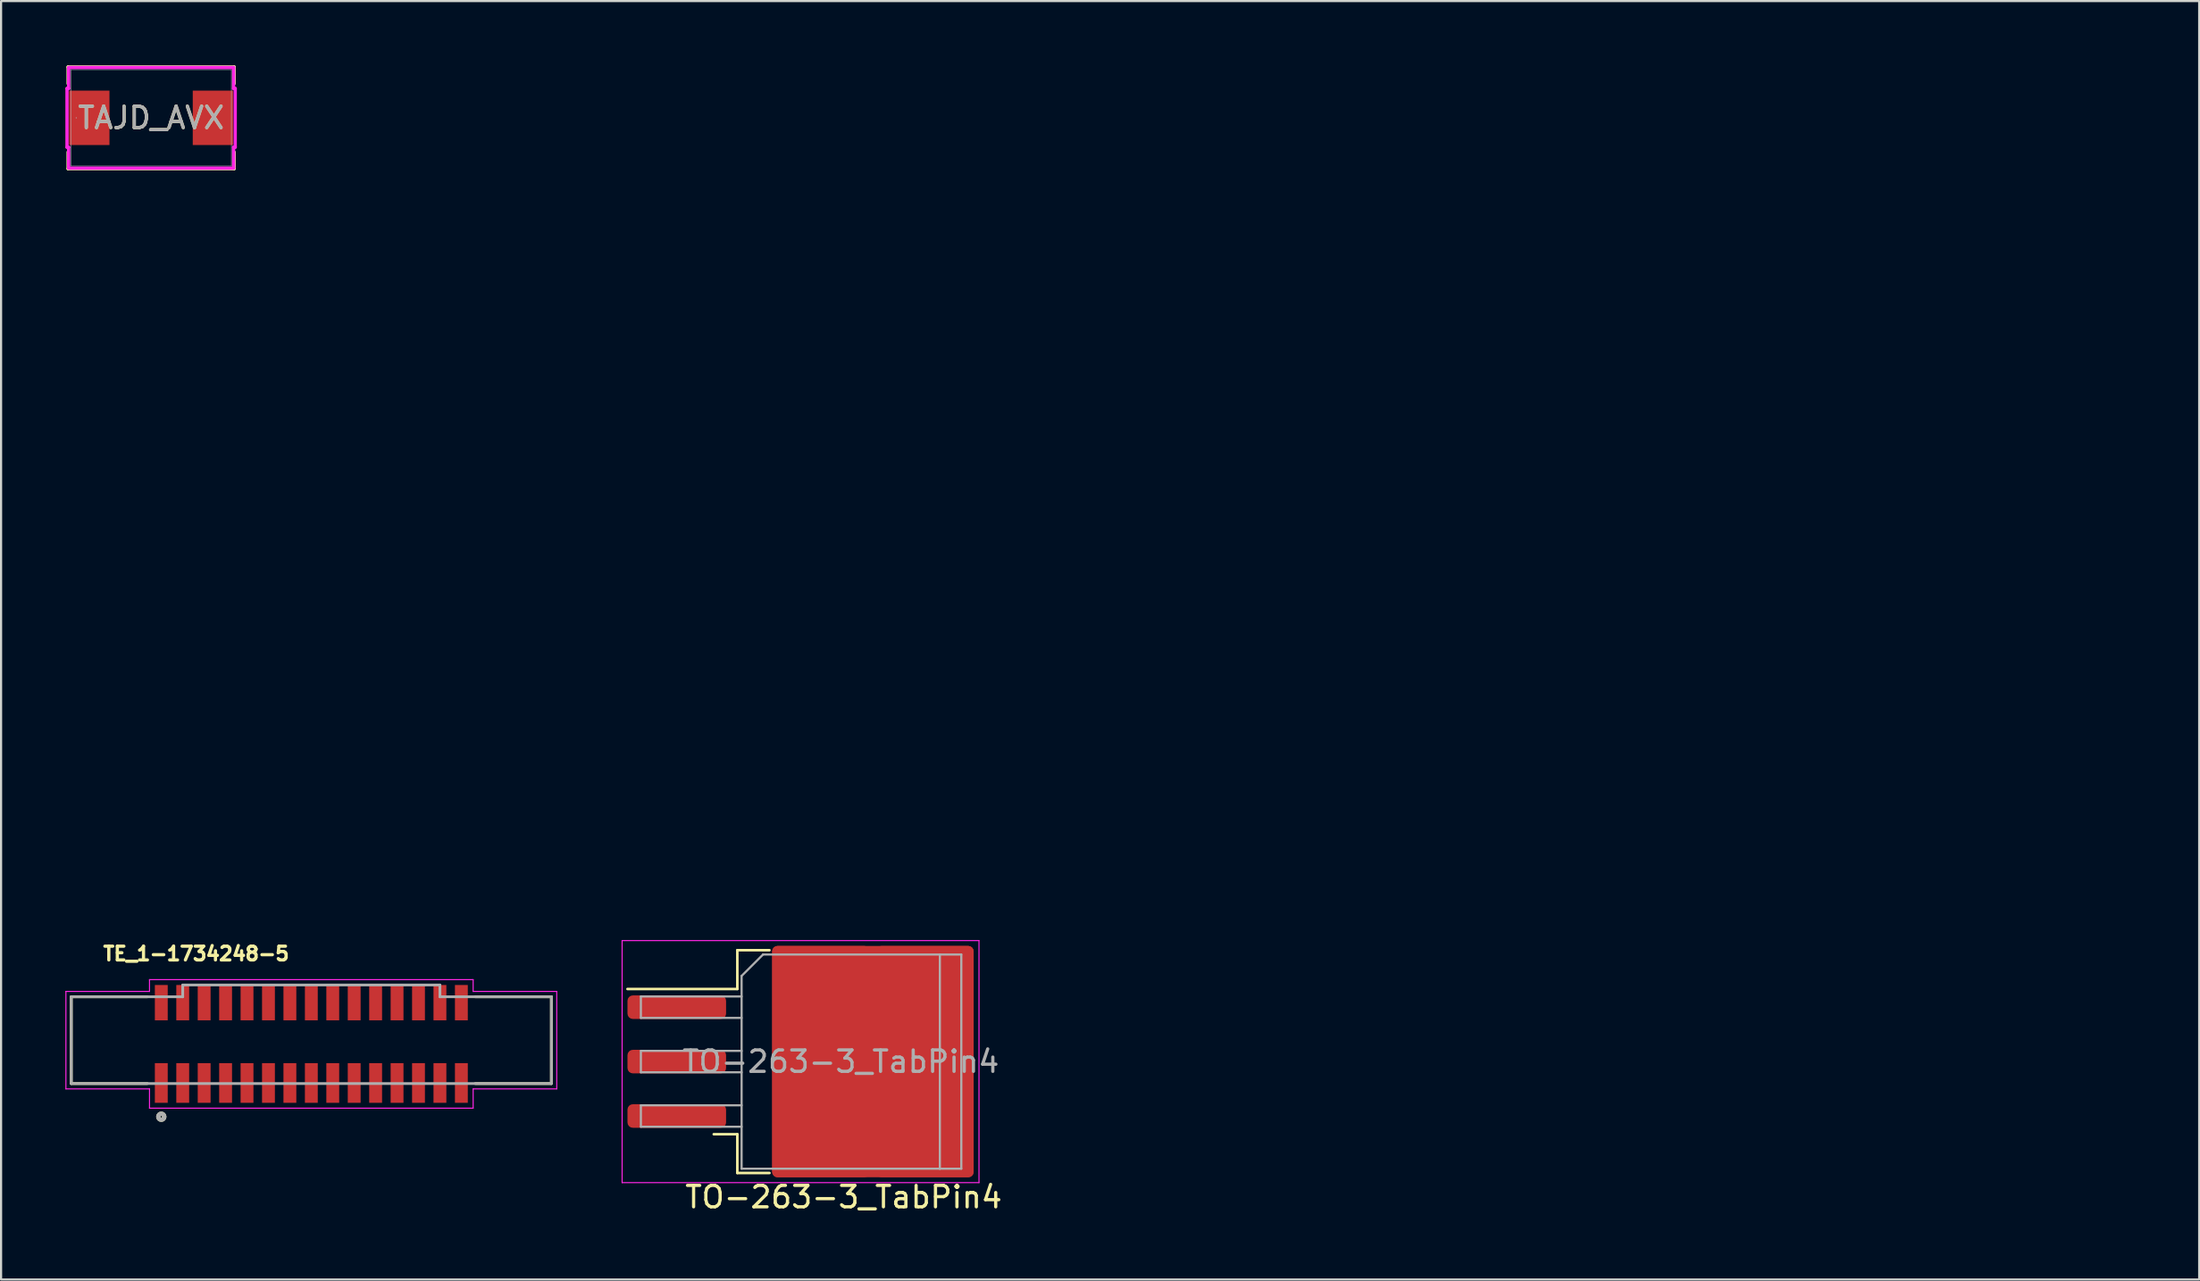
<source format=kicad_pcb>
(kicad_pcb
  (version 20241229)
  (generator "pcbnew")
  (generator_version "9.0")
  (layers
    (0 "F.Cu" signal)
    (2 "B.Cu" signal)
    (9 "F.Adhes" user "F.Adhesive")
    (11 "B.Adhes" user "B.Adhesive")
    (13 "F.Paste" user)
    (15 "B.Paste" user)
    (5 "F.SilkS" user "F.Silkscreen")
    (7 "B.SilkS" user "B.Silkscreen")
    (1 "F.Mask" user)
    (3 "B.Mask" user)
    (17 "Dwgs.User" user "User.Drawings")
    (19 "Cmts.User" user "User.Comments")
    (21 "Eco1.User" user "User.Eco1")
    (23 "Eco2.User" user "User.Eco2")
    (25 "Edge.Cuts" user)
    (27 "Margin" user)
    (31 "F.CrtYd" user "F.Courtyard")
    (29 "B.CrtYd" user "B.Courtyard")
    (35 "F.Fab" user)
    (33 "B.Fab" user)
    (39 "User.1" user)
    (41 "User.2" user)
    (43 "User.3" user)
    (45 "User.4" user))
  (footprint "TAJD_AVX"
    (layer "F.Cu")
    (at 4 2.451)
    (property "Reference" "TAJD_AVX" (at 0 0 0) (unlocked yes) (layer "F.SilkS") (effects (font (size 1 1) (thickness 0.15))))
    (attr smd)
    (fp_line (start -3.873 -2.375) (end -3.873 -1.599) (stroke (width 0.152) (type solid)) (layer "F.SilkS"))
    (fp_line (start -3.873 1.599) (end -3.873 2.375) (stroke (width 0.152) (type solid)) (layer "F.SilkS"))
    (fp_line (start -3.873 2.375) (end 3.873 2.375) (stroke (width 0.152) (type solid)) (layer "F.SilkS"))
    (fp_line (start 3.873 -2.375) (end -3.873 -2.375) (stroke (width 0.152) (type solid)) (layer "F.SilkS"))
    (fp_line (start 3.873 -1.599) (end 3.873 -2.375) (stroke (width 0.152) (type solid)) (layer "F.SilkS"))
    (fp_line (start 3.873 2.375) (end 3.873 1.599) (stroke (width 0.152) (type solid)) (layer "F.SilkS"))
    (fp_line (start -3.924 -1.372) (end -3.848 -1.372) (stroke (width 0.152) (type solid)) (layer "F.CrtYd"))
    (fp_line (start -3.924 1.372) (end -3.924 -1.372) (stroke (width 0.152) (type solid)) (layer "F.CrtYd"))
    (fp_line (start -3.848 -2.349) (end 3.848 -2.349) (stroke (width 0.152) (type solid)) (layer "F.CrtYd"))
    (fp_line (start -3.848 -1.372) (end -3.848 -2.349) (stroke (width 0.152) (type solid)) (layer "F.CrtYd"))
    (fp_line (start -3.848 1.372) (end -3.924 1.372) (stroke (width 0.152) (type solid)) (layer "F.CrtYd"))
    (fp_line (start -3.848 2.349) (end -3.848 1.372) (stroke (width 0.152) (type solid)) (layer "F.CrtYd"))
    (fp_line (start 3.848 -2.349) (end 3.848 -1.372) (stroke (width 0.152) (type solid)) (layer "F.CrtYd"))
    (fp_line (start 3.848 -1.372) (end 3.924 -1.372) (stroke (width 0.152) (type solid)) (layer "F.CrtYd"))
    (fp_line (start 3.848 1.372) (end 3.848 2.349) (stroke (width 0.152) (type solid)) (layer "F.CrtYd"))
    (fp_line (start 3.848 2.349) (end -3.848 2.349) (stroke (width 0.152) (type solid)) (layer "F.CrtYd"))
    (fp_line (start 3.924 -1.372) (end 3.924 1.372) (stroke (width 0.152) (type solid)) (layer "F.CrtYd"))
    (fp_line (start 3.924 1.372) (end 3.848 1.372) (stroke (width 0.152) (type solid)) (layer "F.CrtYd"))
    (fp_line (start -3.747 -2.248) (end -3.747 2.248) (stroke (width 0.025) (type solid)) (layer "F.Fab"))
    (fp_line (start -3.747 2.248) (end 3.747 2.248) (stroke (width 0.025) (type solid)) (layer "F.Fab"))
    (fp_line (start 3.747 -2.248) (end -3.747 -2.248) (stroke (width 0.025) (type solid)) (layer "F.Fab"))
    (fp_line (start 3.747 2.248) (end 3.747 -2.248) (stroke (width 0.025) (type solid)) (layer "F.Fab"))
    (fp_circle (center -3.493 0) (end -3.493 0) (stroke (width 0.025) (type solid)) (fill no) (layer "F.Fab"))
    (fp_text user "${REFERENCE}" (at 0 0 0) (unlocked yes) (layer "F.Fab") (effects (font (size 1 1) (thickness 0.15))))
    (pad "1" smd rect (at -2.883 0 90) (size 2.54 1.88) (layers "F.Cu" "F.Mask" "F.Paste"))
    (pad "2" smd rect (at 2.883 0 90) (size 2.54 1.88) (layers "F.Cu" "F.Mask" "F.Paste"))
    (zone (net_name "") (layer "F.Cu") (hatch full 0.508) (connect_pads) (min_thickness 0.254) (filled_areas_thickness no) (keepout (tracks not_allowed) (vias not_allowed) (pads allowed) (copperpour not_allowed) (footprints allowed)) (placement (enabled no)) (fill) (polygon (pts (xy 92.768 35.142) (xy 96.553 35.142) (xy 96.553 37.834) (xy 92.768 37.834)))))
  (footprint "TE_1-1734248-5"
    (layer "F.Cu")
    (at 11.475 45.483)
    (property "Reference" "TE_1-1734248-5" (at -5.373 -4.01 0) (layer "F.SilkS") (effects (font (size 0.641 0.641) (thickness 0.15))))
    (attr smd)
    (fp_line (start -11.2 -2) (end -7.65 -2) (stroke (width 0.127) (type solid)) (layer "F.SilkS"))
    (fp_line (start -11.2 2.05) (end -11.2 -2) (stroke (width 0.127) (type solid)) (layer "F.SilkS"))
    (fp_line (start -11.2 2.05) (end -7.65 2.05) (stroke (width 0.127) (type solid)) (layer "F.SilkS"))
    (fp_line (start 11.2 -2) (end 7.65 -2) (stroke (width 0.127) (type solid)) (layer "F.SilkS"))
    (fp_line (start 11.2 2.05) (end 7.65 2.05) (stroke (width 0.127) (type solid)) (layer "F.SilkS"))
    (fp_line (start 11.2 2.05) (end 11.2 -2) (stroke (width 0.127) (type solid)) (layer "F.SilkS"))
    (fp_circle (center -7 3.6) (end -6.859 3.6) (stroke (width 0.2) (type solid)) (fill no) (layer "F.SilkS"))
    (fp_line (start -11.45 -2.25) (end -7.55 -2.25) (stroke (width 0.05) (type solid)) (layer "F.CrtYd"))
    (fp_line (start -11.45 2.3) (end -11.45 -2.25) (stroke (width 0.05) (type solid)) (layer "F.CrtYd"))
    (fp_line (start -7.55 -2.8) (end 7.55 -2.8) (stroke (width 0.05) (type solid)) (layer "F.CrtYd"))
    (fp_line (start -7.55 -2.25) (end -7.55 -2.8) (stroke (width 0.05) (type solid)) (layer "F.CrtYd"))
    (fp_line (start -7.55 2.3) (end -11.45 2.3) (stroke (width 0.05) (type solid)) (layer "F.CrtYd"))
    (fp_line (start -7.55 3.2) (end -7.55 2.3) (stroke (width 0.05) (type solid)) (layer "F.CrtYd"))
    (fp_line (start 7.55 -2.8) (end 7.55 -2.25) (stroke (width 0.05) (type solid)) (layer "F.CrtYd"))
    (fp_line (start 7.55 -2.25) (end 11.45 -2.25) (stroke (width 0.05) (type solid)) (layer "F.CrtYd"))
    (fp_line (start 7.55 2.3) (end 7.55 3.2) (stroke (width 0.05) (type solid)) (layer "F.CrtYd"))
    (fp_line (start 7.55 3.2) (end -7.55 3.2) (stroke (width 0.05) (type solid)) (layer "F.CrtYd"))
    (fp_line (start 11.45 -2.25) (end 11.45 2.3) (stroke (width 0.05) (type solid)) (layer "F.CrtYd"))
    (fp_line (start 11.45 2.3) (end 7.55 2.3) (stroke (width 0.05) (type solid)) (layer "F.CrtYd"))
    (fp_line (start -11.2 -2) (end -6 -2) (stroke (width 0.127) (type solid)) (layer "F.Fab"))
    (fp_line (start -11.2 2.05) (end -11.2 -2) (stroke (width 0.127) (type solid)) (layer "F.Fab"))
    (fp_line (start -6 -2.55) (end 6 -2.55) (stroke (width 0.127) (type solid)) (layer "F.Fab"))
    (fp_line (start -6 -2) (end -6 -2.55) (stroke (width 0.127) (type solid)) (layer "F.Fab"))
    (fp_line (start 6 -2) (end 6 -2.55) (stroke (width 0.127) (type solid)) (layer "F.Fab"))
    (fp_line (start 11.2 -2) (end 6 -2) (stroke (width 0.127) (type solid)) (layer "F.Fab"))
    (fp_line (start 11.2 2.05) (end -11.2 2.05) (stroke (width 0.127) (type solid)) (layer "F.Fab"))
    (fp_line (start 11.2 2.05) (end 11.2 -2) (stroke (width 0.127) (type solid)) (layer "F.Fab"))
    (fp_circle (center -7 3.6) (end -6.859 3.6) (stroke (width 0.2) (type solid)) (fill no) (layer "F.Fab"))
    (pad "1" smd rect (at -7 2.025) (size 0.6 1.85) (layers "F.Cu" "F.Mask" "F.Paste"))
    (pad "1_1" smd rect (at -7 -1.725) (size 0.6 1.65) (layers "F.Cu" "F.Mask" "F.Paste"))
    (pad "2" smd rect (at -6 2.025) (size 0.6 1.85) (layers "F.Cu" "F.Mask" "F.Paste"))
    (pad "2_1" smd rect (at -6 -1.725) (size 0.6 1.65) (layers "F.Cu" "F.Mask" "F.Paste"))
    (pad "3" smd rect (at -5 2.025) (size 0.6 1.85) (layers "F.Cu" "F.Mask" "F.Paste"))
    (pad "3_1" smd rect (at -5 -1.725) (size 0.6 1.65) (layers "F.Cu" "F.Mask" "F.Paste"))
    (pad "4" smd rect (at -4 2.025) (size 0.6 1.85) (layers "F.Cu" "F.Mask" "F.Paste"))
    (pad "4_1" smd rect (at -4 -1.725) (size 0.6 1.65) (layers "F.Cu" "F.Mask" "F.Paste"))
    (pad "5" smd rect (at -3 2.025) (size 0.6 1.85) (layers "F.Cu" "F.Mask" "F.Paste"))
    (pad "5_1" smd rect (at -3 -1.725) (size 0.6 1.65) (layers "F.Cu" "F.Mask" "F.Paste"))
    (pad "6" smd rect (at -2 2.025) (size 0.6 1.85) (layers "F.Cu" "F.Mask" "F.Paste"))
    (pad "6_1" smd rect (at -2 -1.725) (size 0.6 1.65) (layers "F.Cu" "F.Mask" "F.Paste"))
    (pad "7" smd rect (at -1 2.025) (size 0.6 1.85) (layers "F.Cu" "F.Mask" "F.Paste"))
    (pad "7_1" smd rect (at -1 -1.725) (size 0.6 1.65) (layers "F.Cu" "F.Mask" "F.Paste"))
    (pad "8" smd rect (at 0 2.025) (size 0.6 1.85) (layers "F.Cu" "F.Mask" "F.Paste"))
    (pad "8_1" smd rect (at 0 -1.725) (size 0.6 1.65) (layers "F.Cu" "F.Mask" "F.Paste"))
    (pad "9" smd rect (at 1 2.025) (size 0.6 1.85) (layers "F.Cu" "F.Mask" "F.Paste"))
    (pad "9_1" smd rect (at 1 -1.725) (size 0.6 1.65) (layers "F.Cu" "F.Mask" "F.Paste"))
    (pad "10" smd rect (at 2 2.025) (size 0.6 1.85) (layers "F.Cu" "F.Mask" "F.Paste"))
    (pad "10_1" smd rect (at 2 -1.725) (size 0.6 1.65) (layers "F.Cu" "F.Mask" "F.Paste"))
    (pad "11" smd rect (at 3 2.025) (size 0.6 1.85) (layers "F.Cu" "F.Mask" "F.Paste"))
    (pad "11_1" smd rect (at 3 -1.725) (size 0.6 1.65) (layers "F.Cu" "F.Mask" "F.Paste"))
    (pad "12" smd rect (at 4 2.025) (size 0.6 1.85) (layers "F.Cu" "F.Mask" "F.Paste"))
    (pad "12_1" smd rect (at 4 -1.725) (size 0.6 1.65) (layers "F.Cu" "F.Mask" "F.Paste"))
    (pad "13" smd rect (at 5 2.025) (size 0.6 1.85) (layers "F.Cu" "F.Mask" "F.Paste"))
    (pad "13_1" smd rect (at 5 -1.725) (size 0.6 1.65) (layers "F.Cu" "F.Mask" "F.Paste"))
    (pad "14" smd rect (at 6 2.025) (size 0.6 1.85) (layers "F.Cu" "F.Mask" "F.Paste"))
    (pad "14_1" smd rect (at 6 -1.725) (size 0.6 1.65) (layers "F.Cu" "F.Mask" "F.Paste"))
    (pad "15" smd rect (at 7 2.025) (size 0.6 1.85) (layers "F.Cu" "F.Mask" "F.Paste"))
    (pad "15_1" smd rect (at 7 -1.725) (size 0.6 1.65) (layers "F.Cu" "F.Mask" "F.Paste")))
  (footprint "TO-263-3_TabPin4"
    (layer "F.Cu")
    (at 36.175 46.509)
    (property "Reference" "TO-263-3_TabPin4" (at 0.135 6.324 180) (layer "F.SilkS") (effects (font (size 1 1) (thickness 0.15))))
    (attr smd)
    (fp_line (start -4.825 -5.2) (end -4.825 -3.39) (stroke (width 0.12) (type solid)) (layer "F.SilkS"))
    (fp_line (start -4.825 -3.39) (end -9.95 -3.39) (stroke (width 0.12) (type solid)) (layer "F.SilkS"))
    (fp_line (start -4.825 3.39) (end -5.925 3.39) (stroke (width 0.12) (type solid)) (layer "F.SilkS"))
    (fp_line (start -4.825 5.2) (end -4.825 3.39) (stroke (width 0.12) (type solid)) (layer "F.SilkS"))
    (fp_line (start -3.325 -5.2) (end -4.825 -5.2) (stroke (width 0.12) (type solid)) (layer "F.SilkS"))
    (fp_line (start -3.325 5.2) (end -4.825 5.2) (stroke (width 0.12) (type solid)) (layer "F.SilkS"))
    (fp_line (start -10.2 -5.65) (end -10.2 5.65) (stroke (width 0.05) (type solid)) (layer "F.CrtYd"))
    (fp_line (start -10.2 5.65) (end 6.45 5.65) (stroke (width 0.05) (type solid)) (layer "F.CrtYd"))
    (fp_line (start 6.45 -5.65) (end -10.2 -5.65) (stroke (width 0.05) (type solid)) (layer "F.CrtYd"))
    (fp_line (start 6.45 5.65) (end 6.45 -5.65) (stroke (width 0.05) (type solid)) (layer "F.CrtYd"))
    (fp_line (start -9.325 -3.04) (end -9.325 -2.04) (stroke (width 0.1) (type solid)) (layer "F.Fab"))
    (fp_line (start -9.325 -2.04) (end -4.625 -2.04) (stroke (width 0.1) (type solid)) (layer "F.Fab"))
    (fp_line (start -9.325 -0.5) (end -9.325 0.5) (stroke (width 0.1) (type solid)) (layer "F.Fab"))
    (fp_line (start -9.325 0.5) (end -4.625 0.5) (stroke (width 0.1) (type solid)) (layer "F.Fab"))
    (fp_line (start -9.325 2.04) (end -9.325 3.04) (stroke (width 0.1) (type solid)) (layer "F.Fab"))
    (fp_line (start -9.325 3.04) (end -4.625 3.04) (stroke (width 0.1) (type solid)) (layer "F.Fab"))
    (fp_line (start -4.625 -4) (end -3.625 -5) (stroke (width 0.1) (type solid)) (layer "F.Fab"))
    (fp_line (start -4.625 -3.04) (end -9.325 -3.04) (stroke (width 0.1) (type solid)) (layer "F.Fab"))
    (fp_line (start -4.625 -0.5) (end -9.325 -0.5) (stroke (width 0.1) (type solid)) (layer "F.Fab"))
    (fp_line (start -4.625 2.04) (end -9.325 2.04) (stroke (width 0.1) (type solid)) (layer "F.Fab"))
    (fp_line (start -4.625 5) (end -4.625 -4) (stroke (width 0.1) (type solid)) (layer "F.Fab"))
    (fp_line (start -3.625 -5) (end 4.625 -5) (stroke (width 0.1) (type solid)) (layer "F.Fab"))
    (fp_line (start 4.625 -5) (end 4.625 5) (stroke (width 0.1) (type solid)) (layer "F.Fab"))
    (fp_line (start 4.625 -5) (end 5.625 -5) (stroke (width 0.1) (type solid)) (layer "F.Fab"))
    (fp_line (start 4.625 5) (end -4.625 5) (stroke (width 0.1) (type solid)) (layer "F.Fab"))
    (fp_line (start 5.625 -5) (end 5.625 5) (stroke (width 0.1) (type solid)) (layer "F.Fab"))
    (fp_line (start 5.625 5) (end 4.625 5) (stroke (width 0.1) (type solid)) (layer "F.Fab"))
    (fp_text user "${REFERENCE}" (at 0 0 180) (layer "F.Fab") (effects (font (size 1 1) (thickness 0.15))))
    (pad "1" smd roundrect (at -7.65 -2.54) (size 4.6 1.1) (layers "F.Cu" "F.Mask" "F.Paste") (roundrect_rratio 0.227))
    (pad "2" smd roundrect (at -7.65 0) (size 4.6 1.1) (layers "F.Cu" "F.Mask" "F.Paste") (roundrect_rratio 0.227))
    (pad "3" smd roundrect (at -7.65 2.54) (size 4.6 1.1) (layers "F.Cu" "F.Mask" "F.Paste") (roundrect_rratio 0.227))
    (pad "4" smd roundrect (at -0.925 -2.775) (size 4.55 5.25) (layers "F.Cu" "F.Paste") (roundrect_rratio 0.055))
    (pad "4" smd roundrect (at -0.925 2.775) (size 4.55 5.25) (layers "F.Cu" "F.Paste") (roundrect_rratio 0.055))
    (pad "4" smd roundrect (at 1.5 0) (size 9.4 10.8) (layers "F.Cu" "F.Mask") (roundrect_rratio 0.027))
    (pad "4" smd roundrect (at 3.925 -2.775) (size 4.55 5.25) (layers "F.Cu" "F.Paste") (roundrect_rratio 0.055))
    (pad "4" smd roundrect (at 3.925 2.775) (size 4.55 5.25) (layers "F.Cu" "F.Paste") (roundrect_rratio 0.055)))
  (gr_rect
    (start -3 -3)
    (end 99.553 56.682)
    (stroke (width 0.1) (type default))
    (fill no)
    (layer "Edge.Cuts")))
</source>
